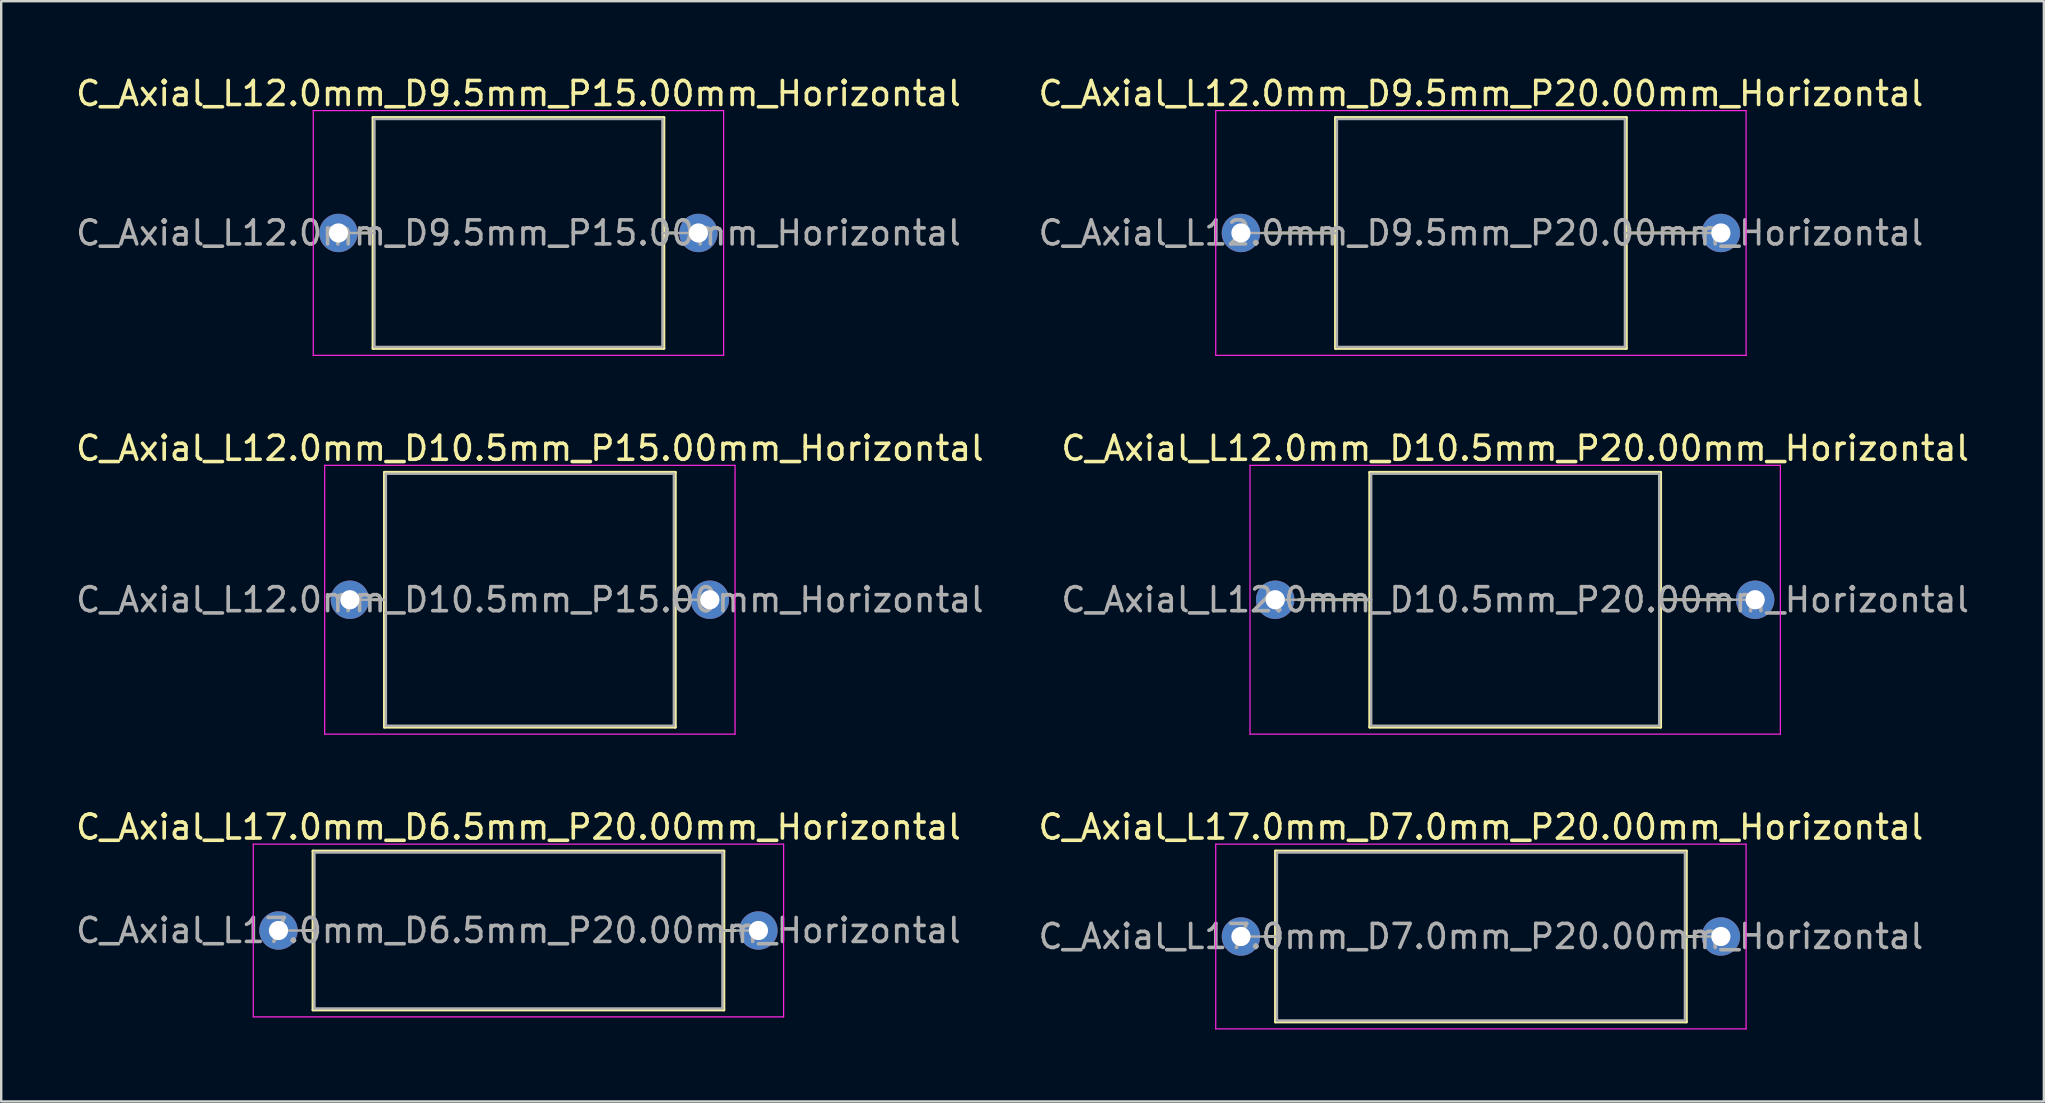
<source format=kicad_pcb>
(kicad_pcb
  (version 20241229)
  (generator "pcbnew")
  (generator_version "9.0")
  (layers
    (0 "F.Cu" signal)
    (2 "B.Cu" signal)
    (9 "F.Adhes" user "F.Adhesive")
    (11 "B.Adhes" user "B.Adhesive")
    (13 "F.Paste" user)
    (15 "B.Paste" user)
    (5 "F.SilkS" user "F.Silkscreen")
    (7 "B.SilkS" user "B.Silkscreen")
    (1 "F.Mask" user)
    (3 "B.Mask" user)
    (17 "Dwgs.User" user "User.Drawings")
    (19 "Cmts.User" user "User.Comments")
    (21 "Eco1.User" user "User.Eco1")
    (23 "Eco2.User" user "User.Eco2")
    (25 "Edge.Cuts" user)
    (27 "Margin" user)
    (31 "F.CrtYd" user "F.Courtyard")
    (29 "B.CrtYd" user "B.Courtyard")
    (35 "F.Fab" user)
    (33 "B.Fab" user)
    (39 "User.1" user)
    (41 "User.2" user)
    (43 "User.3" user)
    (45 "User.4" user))
  (footprint "C_Axial_L12.0mm_D9.5mm_P15.00mm_Horizontal"
    (layer "F.Cu")
    (at 11.054 6.658)
    (property "Reference" "C_Axial_L12.0mm_D9.5mm_P15.00mm_Horizontal" (at 7.5 -5.81 0) (layer "F.SilkS") (effects (font (size 1 1) (thickness 0.15))))
    (attr through_hole)
    (fp_line (start 0.98 0) (end 1.44 0) (stroke (width 0.12) (type solid)) (layer "F.SilkS"))
    (fp_line (start 1.44 -4.81) (end 1.44 4.81) (stroke (width 0.12) (type solid)) (layer "F.SilkS"))
    (fp_line (start 1.44 4.81) (end 13.56 4.81) (stroke (width 0.12) (type solid)) (layer "F.SilkS"))
    (fp_line (start 13.56 -4.81) (end 1.44 -4.81) (stroke (width 0.12) (type solid)) (layer "F.SilkS"))
    (fp_line (start 13.56 4.81) (end 13.56 -4.81) (stroke (width 0.12) (type solid)) (layer "F.SilkS"))
    (fp_line (start 14.02 0) (end 13.56 0) (stroke (width 0.12) (type solid)) (layer "F.SilkS"))
    (fp_line (start -1.05 -5.1) (end -1.05 5.1) (stroke (width 0.05) (type solid)) (layer "F.CrtYd"))
    (fp_line (start -1.05 5.1) (end 16.05 5.1) (stroke (width 0.05) (type solid)) (layer "F.CrtYd"))
    (fp_line (start 16.05 -5.1) (end -1.05 -5.1) (stroke (width 0.05) (type solid)) (layer "F.CrtYd"))
    (fp_line (start 16.05 5.1) (end 16.05 -5.1) (stroke (width 0.05) (type solid)) (layer "F.CrtYd"))
    (fp_line (start 0 0) (end 1.5 0) (stroke (width 0.1) (type solid)) (layer "F.Fab"))
    (fp_line (start 1.5 -4.75) (end 1.5 4.75) (stroke (width 0.1) (type solid)) (layer "F.Fab"))
    (fp_line (start 1.5 4.75) (end 13.5 4.75) (stroke (width 0.1) (type solid)) (layer "F.Fab"))
    (fp_line (start 13.5 -4.75) (end 1.5 -4.75) (stroke (width 0.1) (type solid)) (layer "F.Fab"))
    (fp_line (start 13.5 4.75) (end 13.5 -4.75) (stroke (width 0.1) (type solid)) (layer "F.Fab"))
    (fp_line (start 15 0) (end 13.5 0) (stroke (width 0.1) (type solid)) (layer "F.Fab"))
    (fp_text user "${REFERENCE}" (at 7.5 0 0) (layer "F.Fab") (effects (font (size 1 1) (thickness 0.15))))
    (pad "1" thru_hole circle (at 0 0) (size 1.6 1.6) (drill 0.8) (layers "*.Cu" "*.Mask"))
    (pad "2" thru_hole oval (at 15 0) (size 1.6 1.6) (drill 0.8) (layers "*.Cu" "*.Mask")))
  (footprint "C_Axial_L12.0mm_D9.5mm_P20.00mm_Horizontal"
    (layer "F.Cu")
    (at 48.661 6.658)
    (property "Reference" "C_Axial_L12.0mm_D9.5mm_P20.00mm_Horizontal" (at 10 -5.81 0) (layer "F.SilkS") (effects (font (size 1 1) (thickness 0.15))))
    (attr through_hole)
    (fp_line (start 0.98 0) (end 3.94 0) (stroke (width 0.12) (type solid)) (layer "F.SilkS"))
    (fp_line (start 3.94 -4.81) (end 3.94 4.81) (stroke (width 0.12) (type solid)) (layer "F.SilkS"))
    (fp_line (start 3.94 4.81) (end 16.06 4.81) (stroke (width 0.12) (type solid)) (layer "F.SilkS"))
    (fp_line (start 16.06 -4.81) (end 3.94 -4.81) (stroke (width 0.12) (type solid)) (layer "F.SilkS"))
    (fp_line (start 16.06 4.81) (end 16.06 -4.81) (stroke (width 0.12) (type solid)) (layer "F.SilkS"))
    (fp_line (start 19.02 0) (end 16.06 0) (stroke (width 0.12) (type solid)) (layer "F.SilkS"))
    (fp_line (start -1.05 -5.1) (end -1.05 5.1) (stroke (width 0.05) (type solid)) (layer "F.CrtYd"))
    (fp_line (start -1.05 5.1) (end 21.05 5.1) (stroke (width 0.05) (type solid)) (layer "F.CrtYd"))
    (fp_line (start 21.05 -5.1) (end -1.05 -5.1) (stroke (width 0.05) (type solid)) (layer "F.CrtYd"))
    (fp_line (start 21.05 5.1) (end 21.05 -5.1) (stroke (width 0.05) (type solid)) (layer "F.CrtYd"))
    (fp_line (start 0 0) (end 4 0) (stroke (width 0.1) (type solid)) (layer "F.Fab"))
    (fp_line (start 4 -4.75) (end 4 4.75) (stroke (width 0.1) (type solid)) (layer "F.Fab"))
    (fp_line (start 4 4.75) (end 16 4.75) (stroke (width 0.1) (type solid)) (layer "F.Fab"))
    (fp_line (start 16 -4.75) (end 4 -4.75) (stroke (width 0.1) (type solid)) (layer "F.Fab"))
    (fp_line (start 16 4.75) (end 16 -4.75) (stroke (width 0.1) (type solid)) (layer "F.Fab"))
    (fp_line (start 20 0) (end 16 0) (stroke (width 0.1) (type solid)) (layer "F.Fab"))
    (fp_text user "${REFERENCE}" (at 10 0 0) (layer "F.Fab") (effects (font (size 1 1) (thickness 0.15))))
    (pad "1" thru_hole circle (at 0 0) (size 1.6 1.6) (drill 0.8) (layers "*.Cu" "*.Mask"))
    (pad "2" thru_hole oval (at 20 0) (size 1.6 1.6) (drill 0.8) (layers "*.Cu" "*.Mask")))
  (footprint "C_Axial_L17.0mm_D6.5mm_P20.00mm_Horizontal"
    (layer "F.Cu")
    (at 8.554 35.725)
    (property "Reference" "C_Axial_L17.0mm_D6.5mm_P20.00mm_Horizontal" (at 10 -4.31 0) (layer "F.SilkS") (effects (font (size 1 1) (thickness 0.15))))
    (attr through_hole)
    (fp_line (start 0.98 0) (end 1.44 0) (stroke (width 0.12) (type solid)) (layer "F.SilkS"))
    (fp_line (start 1.44 -3.31) (end 1.44 3.31) (stroke (width 0.12) (type solid)) (layer "F.SilkS"))
    (fp_line (start 1.44 3.31) (end 18.56 3.31) (stroke (width 0.12) (type solid)) (layer "F.SilkS"))
    (fp_line (start 18.56 -3.31) (end 1.44 -3.31) (stroke (width 0.12) (type solid)) (layer "F.SilkS"))
    (fp_line (start 18.56 3.31) (end 18.56 -3.31) (stroke (width 0.12) (type solid)) (layer "F.SilkS"))
    (fp_line (start 19.02 0) (end 18.56 0) (stroke (width 0.12) (type solid)) (layer "F.SilkS"))
    (fp_line (start -1.05 -3.6) (end -1.05 3.6) (stroke (width 0.05) (type solid)) (layer "F.CrtYd"))
    (fp_line (start -1.05 3.6) (end 21.05 3.6) (stroke (width 0.05) (type solid)) (layer "F.CrtYd"))
    (fp_line (start 21.05 -3.6) (end -1.05 -3.6) (stroke (width 0.05) (type solid)) (layer "F.CrtYd"))
    (fp_line (start 21.05 3.6) (end 21.05 -3.6) (stroke (width 0.05) (type solid)) (layer "F.CrtYd"))
    (fp_line (start 0 0) (end 1.5 0) (stroke (width 0.1) (type solid)) (layer "F.Fab"))
    (fp_line (start 1.5 -3.25) (end 1.5 3.25) (stroke (width 0.1) (type solid)) (layer "F.Fab"))
    (fp_line (start 1.5 3.25) (end 18.5 3.25) (stroke (width 0.1) (type solid)) (layer "F.Fab"))
    (fp_line (start 18.5 -3.25) (end 1.5 -3.25) (stroke (width 0.1) (type solid)) (layer "F.Fab"))
    (fp_line (start 18.5 3.25) (end 18.5 -3.25) (stroke (width 0.1) (type solid)) (layer "F.Fab"))
    (fp_line (start 20 0) (end 18.5 0) (stroke (width 0.1) (type solid)) (layer "F.Fab"))
    (fp_text user "${REFERENCE}" (at 10 0 0) (layer "F.Fab") (effects (font (size 1 1) (thickness 0.15))))
    (pad "1" thru_hole circle (at 0 0) (size 1.6 1.6) (drill 0.8) (layers "*.Cu" "*.Mask"))
    (pad "2" thru_hole oval (at 20 0) (size 1.6 1.6) (drill 0.8) (layers "*.Cu" "*.Mask")))
  (footprint "C_Axial_L17.0mm_D7.0mm_P20.00mm_Horizontal"
    (layer "F.Cu")
    (at 48.661 35.975)
    (property "Reference" "C_Axial_L17.0mm_D7.0mm_P20.00mm_Horizontal" (at 10 -4.56 0) (layer "F.SilkS") (effects (font (size 1 1) (thickness 0.15))))
    (attr through_hole)
    (fp_line (start 0.98 0) (end 1.44 0) (stroke (width 0.12) (type solid)) (layer "F.SilkS"))
    (fp_line (start 1.44 -3.56) (end 1.44 3.56) (stroke (width 0.12) (type solid)) (layer "F.SilkS"))
    (fp_line (start 1.44 3.56) (end 18.56 3.56) (stroke (width 0.12) (type solid)) (layer "F.SilkS"))
    (fp_line (start 18.56 -3.56) (end 1.44 -3.56) (stroke (width 0.12) (type solid)) (layer "F.SilkS"))
    (fp_line (start 18.56 3.56) (end 18.56 -3.56) (stroke (width 0.12) (type solid)) (layer "F.SilkS"))
    (fp_line (start 19.02 0) (end 18.56 0) (stroke (width 0.12) (type solid)) (layer "F.SilkS"))
    (fp_line (start -1.05 -3.85) (end -1.05 3.85) (stroke (width 0.05) (type solid)) (layer "F.CrtYd"))
    (fp_line (start -1.05 3.85) (end 21.05 3.85) (stroke (width 0.05) (type solid)) (layer "F.CrtYd"))
    (fp_line (start 21.05 -3.85) (end -1.05 -3.85) (stroke (width 0.05) (type solid)) (layer "F.CrtYd"))
    (fp_line (start 21.05 3.85) (end 21.05 -3.85) (stroke (width 0.05) (type solid)) (layer "F.CrtYd"))
    (fp_line (start 0 0) (end 1.5 0) (stroke (width 0.1) (type solid)) (layer "F.Fab"))
    (fp_line (start 1.5 -3.5) (end 1.5 3.5) (stroke (width 0.1) (type solid)) (layer "F.Fab"))
    (fp_line (start 1.5 3.5) (end 18.5 3.5) (stroke (width 0.1) (type solid)) (layer "F.Fab"))
    (fp_line (start 18.5 -3.5) (end 1.5 -3.5) (stroke (width 0.1) (type solid)) (layer "F.Fab"))
    (fp_line (start 18.5 3.5) (end 18.5 -3.5) (stroke (width 0.1) (type solid)) (layer "F.Fab"))
    (fp_line (start 20 0) (end 18.5 0) (stroke (width 0.1) (type solid)) (layer "F.Fab"))
    (fp_text user "${REFERENCE}" (at 10 0 0) (layer "F.Fab") (effects (font (size 1 1) (thickness 0.15))))
    (pad "1" thru_hole circle (at 0 0) (size 1.6 1.6) (drill 0.8) (layers "*.Cu" "*.Mask"))
    (pad "2" thru_hole oval (at 20 0) (size 1.6 1.6) (drill 0.8) (layers "*.Cu" "*.Mask")))
  (footprint "C_Axial_L12.0mm_D10.5mm_P20.00mm_Horizontal"
    (layer "F.Cu")
    (at 50.089 21.942)
    (property "Reference" "C_Axial_L12.0mm_D10.5mm_P20.00mm_Horizontal" (at 10 -6.31 0) (layer "F.SilkS") (effects (font (size 1 1) (thickness 0.15))))
    (attr through_hole)
    (fp_line (start 0.98 0) (end 3.94 0) (stroke (width 0.12) (type solid)) (layer "F.SilkS"))
    (fp_line (start 3.94 -5.31) (end 3.94 5.31) (stroke (width 0.12) (type solid)) (layer "F.SilkS"))
    (fp_line (start 3.94 5.31) (end 16.06 5.31) (stroke (width 0.12) (type solid)) (layer "F.SilkS"))
    (fp_line (start 16.06 -5.31) (end 3.94 -5.31) (stroke (width 0.12) (type solid)) (layer "F.SilkS"))
    (fp_line (start 16.06 5.31) (end 16.06 -5.31) (stroke (width 0.12) (type solid)) (layer "F.SilkS"))
    (fp_line (start 19.02 0) (end 16.06 0) (stroke (width 0.12) (type solid)) (layer "F.SilkS"))
    (fp_line (start -1.05 -5.6) (end -1.05 5.6) (stroke (width 0.05) (type solid)) (layer "F.CrtYd"))
    (fp_line (start -1.05 5.6) (end 21.05 5.6) (stroke (width 0.05) (type solid)) (layer "F.CrtYd"))
    (fp_line (start 21.05 -5.6) (end -1.05 -5.6) (stroke (width 0.05) (type solid)) (layer "F.CrtYd"))
    (fp_line (start 21.05 5.6) (end 21.05 -5.6) (stroke (width 0.05) (type solid)) (layer "F.CrtYd"))
    (fp_line (start 0 0) (end 4 0) (stroke (width 0.1) (type solid)) (layer "F.Fab"))
    (fp_line (start 4 -5.25) (end 4 5.25) (stroke (width 0.1) (type solid)) (layer "F.Fab"))
    (fp_line (start 4 5.25) (end 16 5.25) (stroke (width 0.1) (type solid)) (layer "F.Fab"))
    (fp_line (start 16 -5.25) (end 4 -5.25) (stroke (width 0.1) (type solid)) (layer "F.Fab"))
    (fp_line (start 16 5.25) (end 16 -5.25) (stroke (width 0.1) (type solid)) (layer "F.Fab"))
    (fp_line (start 20 0) (end 16 0) (stroke (width 0.1) (type solid)) (layer "F.Fab"))
    (fp_text user "${REFERENCE}" (at 10 0 0) (layer "F.Fab") (effects (font (size 1 1) (thickness 0.15))))
    (pad "1" thru_hole circle (at 0 0) (size 1.6 1.6) (drill 0.8) (layers "*.Cu" "*.Mask"))
    (pad "2" thru_hole oval (at 20 0) (size 1.6 1.6) (drill 0.8) (layers "*.Cu" "*.Mask")))
  (footprint "C_Axial_L12.0mm_D10.5mm_P15.00mm_Horizontal"
    (layer "F.Cu")
    (at 11.53 21.942)
    (property "Reference" "C_Axial_L12.0mm_D10.5mm_P15.00mm_Horizontal" (at 7.5 -6.31 0) (layer "F.SilkS") (effects (font (size 1 1) (thickness 0.15))))
    (attr through_hole)
    (fp_line (start 0.98 0) (end 1.44 0) (stroke (width 0.12) (type solid)) (layer "F.SilkS"))
    (fp_line (start 1.44 -5.31) (end 1.44 5.31) (stroke (width 0.12) (type solid)) (layer "F.SilkS"))
    (fp_line (start 1.44 5.31) (end 13.56 5.31) (stroke (width 0.12) (type solid)) (layer "F.SilkS"))
    (fp_line (start 13.56 -5.31) (end 1.44 -5.31) (stroke (width 0.12) (type solid)) (layer "F.SilkS"))
    (fp_line (start 13.56 5.31) (end 13.56 -5.31) (stroke (width 0.12) (type solid)) (layer "F.SilkS"))
    (fp_line (start 14.02 0) (end 13.56 0) (stroke (width 0.12) (type solid)) (layer "F.SilkS"))
    (fp_line (start -1.05 -5.6) (end -1.05 5.6) (stroke (width 0.05) (type solid)) (layer "F.CrtYd"))
    (fp_line (start -1.05 5.6) (end 16.05 5.6) (stroke (width 0.05) (type solid)) (layer "F.CrtYd"))
    (fp_line (start 16.05 -5.6) (end -1.05 -5.6) (stroke (width 0.05) (type solid)) (layer "F.CrtYd"))
    (fp_line (start 16.05 5.6) (end 16.05 -5.6) (stroke (width 0.05) (type solid)) (layer "F.CrtYd"))
    (fp_line (start 0 0) (end 1.5 0) (stroke (width 0.1) (type solid)) (layer "F.Fab"))
    (fp_line (start 1.5 -5.25) (end 1.5 5.25) (stroke (width 0.1) (type solid)) (layer "F.Fab"))
    (fp_line (start 1.5 5.25) (end 13.5 5.25) (stroke (width 0.1) (type solid)) (layer "F.Fab"))
    (fp_line (start 13.5 -5.25) (end 1.5 -5.25) (stroke (width 0.1) (type solid)) (layer "F.Fab"))
    (fp_line (start 13.5 5.25) (end 13.5 -5.25) (stroke (width 0.1) (type solid)) (layer "F.Fab"))
    (fp_line (start 15 0) (end 13.5 0) (stroke (width 0.1) (type solid)) (layer "F.Fab"))
    (fp_text user "${REFERENCE}" (at 7.5 0 0) (layer "F.Fab") (effects (font (size 1 1) (thickness 0.15))))
    (pad "1" thru_hole circle (at 0 0) (size 1.6 1.6) (drill 0.8) (layers "*.Cu" "*.Mask"))
    (pad "2" thru_hole oval (at 15 0) (size 1.6 1.6) (drill 0.8) (layers "*.Cu" "*.Mask")))
  (gr_rect
    (start -3 -3)
    (end 82.119 42.85)
    (stroke (width 0.1) (type default))
    (fill no)
    (layer "Edge.Cuts")))
</source>
